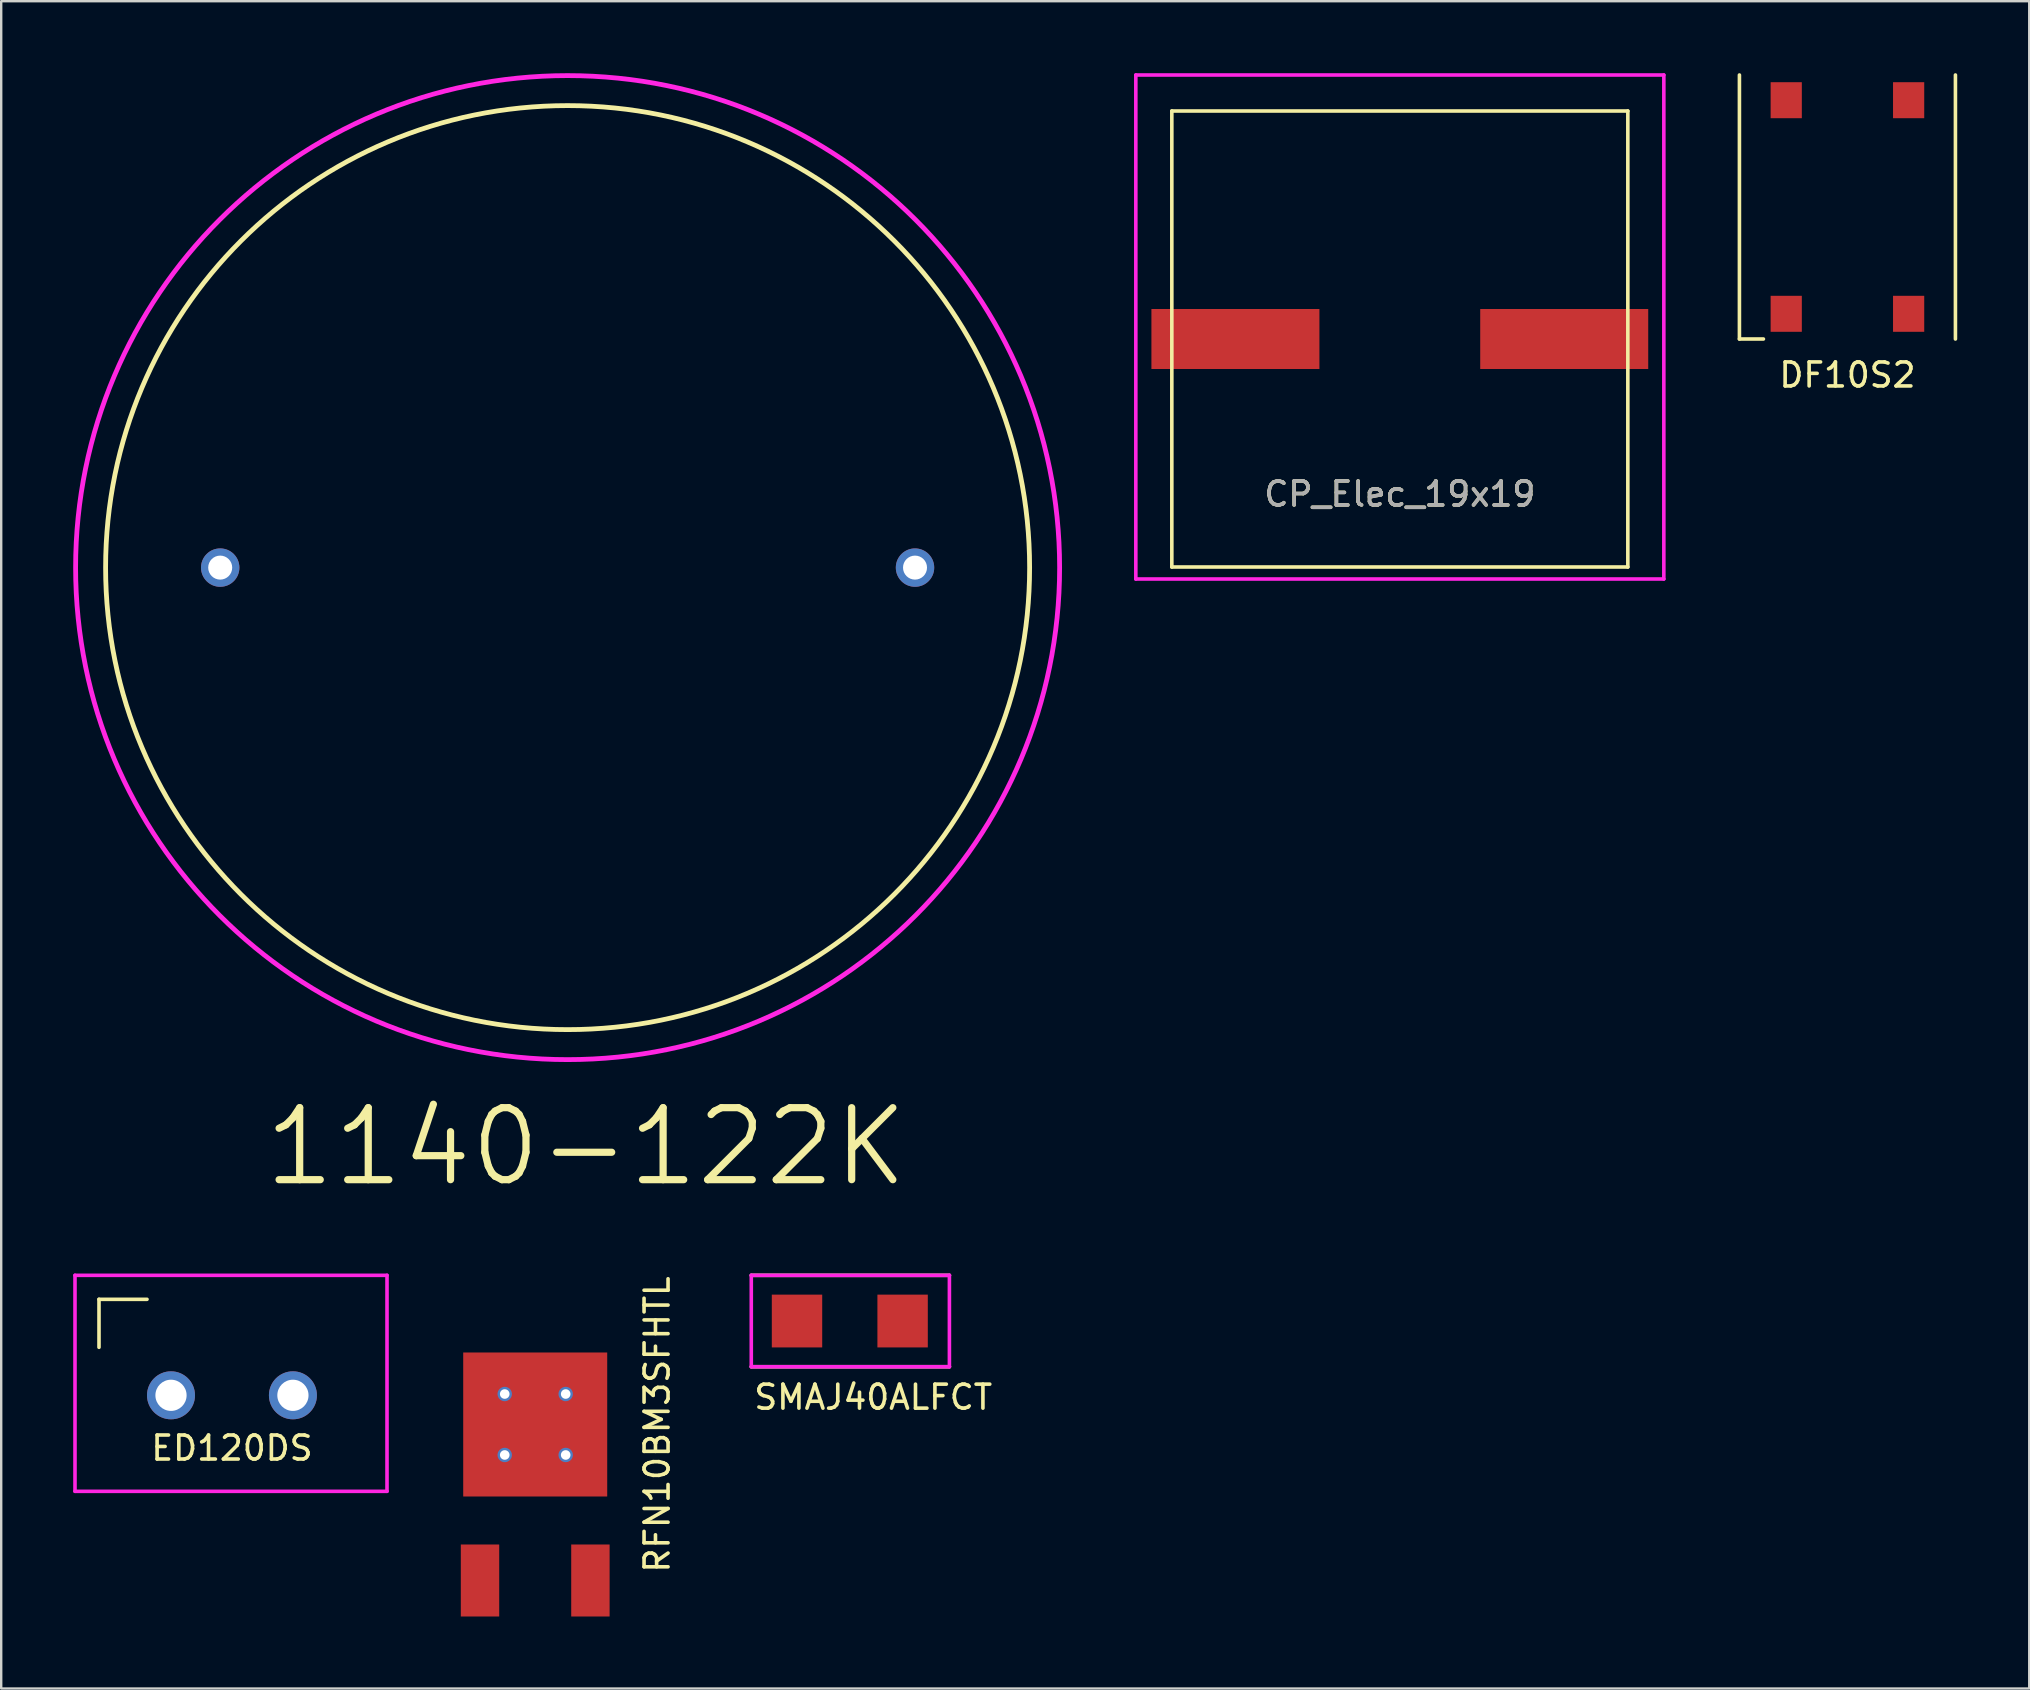
<source format=kicad_pcb>
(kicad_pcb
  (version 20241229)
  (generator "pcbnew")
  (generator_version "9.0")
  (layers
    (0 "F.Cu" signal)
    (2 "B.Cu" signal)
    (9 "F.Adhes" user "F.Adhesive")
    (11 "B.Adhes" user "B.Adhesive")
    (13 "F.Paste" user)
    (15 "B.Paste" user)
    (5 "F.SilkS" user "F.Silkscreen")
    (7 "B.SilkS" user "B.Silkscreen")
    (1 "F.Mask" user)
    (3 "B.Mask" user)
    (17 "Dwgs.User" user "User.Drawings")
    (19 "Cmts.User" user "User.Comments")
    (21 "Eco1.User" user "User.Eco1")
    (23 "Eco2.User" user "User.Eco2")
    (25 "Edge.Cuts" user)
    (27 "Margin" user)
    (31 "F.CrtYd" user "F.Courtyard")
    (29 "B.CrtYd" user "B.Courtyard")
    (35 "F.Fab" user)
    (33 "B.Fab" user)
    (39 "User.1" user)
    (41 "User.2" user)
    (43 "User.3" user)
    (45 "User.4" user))
  (footprint "RFN10BM3SFHTL"
    (layer "F.Cu")
    (at 19.25 56.303)
    (property "Reference" "RFN10BM3SFHTL" (at 5.08 0 270) (layer "F.SilkS") (effects (font (size 1 1) (thickness 0.15))))
    (attr through_hole)
    (pad "1" smd rect (at -2.3 6.5) (size 1.6 3) (layers "F.Cu" "F.Mask" "F.Paste"))
    (pad "1" smd rect (at 2.3 6.5) (size 1.6 3) (layers "F.Cu" "F.Mask" "F.Paste"))
    (pad "2" thru_hole circle (at -1.27 -1.27) (size 0.6 0.6) (drill 0.4) (layers "*.Cu" "*.Mask"))
    (pad "2" thru_hole circle (at -1.27 1.27) (size 0.6 0.6) (drill 0.4) (layers "*.Cu" "*.Mask"))
    (pad "2" smd rect (at 0 0) (size 6 6) (layers "F.Cu" "F.Mask" "F.Paste"))
    (pad "2" thru_hole circle (at 1.27 -1.27) (size 0.6 0.6) (drill 0.4) (layers "*.Cu" "*.Mask"))
    (pad "2" thru_hole circle (at 1.27 1.27) (size 0.6 0.6) (drill 0.4) (layers "*.Cu" "*.Mask")))
  (footprint "DF10S2"
    (layer "F.Cu")
    (at 73.925 5.575)
    (property "Reference" "DF10S2" (at 0 7 0) (layer "F.SilkS") (effects (font (size 1 1) (thickness 0.15))))
    (attr through_hole)
    (fp_line (start -4.5 -5.5) (end -4.5 5.5) (stroke (width 0.15) (type solid)) (layer "F.SilkS"))
    (fp_line (start -3.5 5.5) (end -4.5 5.5) (stroke (width 0.15) (type solid)) (layer "F.SilkS"))
    (fp_line (start 4.5 -5.5) (end 4.5 5.5) (stroke (width 0.15) (type solid)) (layer "F.SilkS"))
    (pad "1" smd rect (at -2.55 4.45) (size 1.3 1.5) (layers "F.Cu" "F.Mask" "F.Paste"))
    (pad "2" smd rect (at 2.55 4.45) (size 1.3 1.5) (layers "F.Cu" "F.Mask" "F.Paste"))
    (pad "3" smd rect (at 2.55 -4.45) (size 1.3 1.5) (layers "F.Cu" "F.Mask" "F.Paste"))
    (pad "4" smd rect (at -2.55 -4.45) (size 1.3 1.5) (layers "F.Cu" "F.Mask" "F.Paste")))
  (footprint "ED120DS"
    (layer "F.Cu")
    (at 4.075 55.087)
    (property "Reference" "ED120DS" (at 2.54 2.2 0) (layer "F.SilkS") (effects (font (size 1 1) (thickness 0.15))))
    (attr through_hole)
    (fp_line (start -3 -4) (end -3 -2) (stroke (width 0.15) (type solid)) (layer "F.SilkS"))
    (fp_line (start -1 -4) (end -3 -4) (stroke (width 0.15) (type solid)) (layer "F.SilkS"))
    (fp_line (start -4 -5) (end 9 -5) (stroke (width 0.15) (type solid)) (layer "F.CrtYd"))
    (fp_line (start -4 4) (end -4 -5) (stroke (width 0.15) (type solid)) (layer "F.CrtYd"))
    (fp_line (start 9 -5) (end 9 4) (stroke (width 0.15) (type solid)) (layer "F.CrtYd"))
    (fp_line (start 9 4) (end -4 4) (stroke (width 0.15) (type solid)) (layer "F.CrtYd"))
    (pad "1" thru_hole circle (at 0 0) (size 2 2) (drill 1.3) (layers "*.Cu" "*.Mask"))
    (pad "2" thru_hole circle (at 5.08 0) (size 2 2) (drill 1.3) (layers "*.Cu" "*.Mask")))
  (footprint "SMAJ40ALFCT"
    (layer "F.Cu")
    (at 30.158 51.992)
    (property "Reference" "SMAJ40ALFCT" (at 3.175 3.175 0) (layer "F.SilkS") (effects (font (size 1 1) (thickness 0.15))))
    (attr through_hole)
    (fp_line (start -1.905 -1.905) (end 6.35 -1.905) (stroke (width 0.15) (type solid)) (layer "F.SilkS"))
    (fp_line (start -1.905 1.905) (end 6.35 1.905) (stroke (width 0.15) (type solid)) (layer "F.SilkS"))
    (fp_line (start -1.905 -1.905) (end -1.905 1.905) (stroke (width 0.15) (type solid)) (layer "F.CrtYd"))
    (fp_line (start -1.905 1.905) (end 6.35 1.905) (stroke (width 0.15) (type solid)) (layer "F.CrtYd"))
    (fp_line (start 6.35 -1.905) (end -1.905 -1.905) (stroke (width 0.15) (type solid)) (layer "F.CrtYd"))
    (fp_line (start 6.35 1.905) (end 6.35 -1.905) (stroke (width 0.15) (type solid)) (layer "F.CrtYd"))
    (pad "1" smd rect (at 0 0) (size 2.1 2.2) (layers "F.Cu" "F.Mask" "F.Paste"))
    (pad "2" smd rect (at 4.4 0) (size 2.1 2.2) (layers "F.Cu" "F.Mask" "F.Paste")))
  (footprint "CP_Elec_19x19"
    (layer "F.Cu")
    (at 55.275 11.075)
    (property "Reference" "CP_Elec_19x19" (at 0 6.46 0) (layer "F.SilkS") (effects (font (size 1 1) (thickness 0.15))))
    (attr smd)
    (fp_line (start -9.5 -9.5) (end -9.5 9.5) (stroke (width 0.15) (type solid)) (layer "F.SilkS"))
    (fp_line (start -9.5 -9.5) (end 9.5 -9.5) (stroke (width 0.15) (type solid)) (layer "F.SilkS"))
    (fp_line (start -9.5 9.5) (end 9.5 9.5) (stroke (width 0.15) (type solid)) (layer "F.SilkS"))
    (fp_line (start 9.5 -9.5) (end 9.5 9.5) (stroke (width 0.15) (type solid)) (layer "F.SilkS"))
    (fp_line (start -11 -11) (end 11 -11) (stroke (width 0.15) (type solid)) (layer "F.CrtYd"))
    (fp_line (start -11 10) (end -11 -11) (stroke (width 0.15) (type solid)) (layer "F.CrtYd"))
    (fp_line (start 11 -11) (end 11 10) (stroke (width 0.15) (type solid)) (layer "F.CrtYd"))
    (fp_line (start 11 10) (end -11 10) (stroke (width 0.15) (type solid)) (layer "F.CrtYd"))
    (fp_text user "${REFERENCE}" (at 0 6.46 0) (layer "F.Fab") (effects (font (size 1 1) (thickness 0.15))))
    (pad "1" smd rect (at -6.85 0 180) (size 7 2.5) (layers "F.Cu" "F.Mask" "F.Paste"))
    (pad "2" smd rect (at 6.85 0 180) (size 7 2.5) (layers "F.Cu" "F.Mask" "F.Paste")))
  (footprint "1140-122K"
    (layer "F.Cu")
    (at 6.125 20.6)
    (property "Reference" "1140-122K" (at 15.24 24.13 0) (layer "F.SilkS") (effects (font (size 3 3) (thickness 0.3))))
    (attr through_hole)
    (fp_circle (center 14.475 0) (end -4.775 0) (stroke (width 0.2) (type solid)) (fill no) (layer "F.SilkS"))
    (fp_circle (center 14.475 0) (end -6.025 0) (stroke (width 0.2) (type solid)) (fill no) (layer "F.CrtYd"))
    (pad "1" thru_hole circle (at 0 0) (size 1.6 1.6) (drill 1) (layers "*.Cu" "*.Mask"))
    (pad "2" thru_hole circle (at 28.95 0) (size 1.6 1.6) (drill 1) (layers "*.Cu" "*.Mask")))
  (gr_rect
    (start -3 -3)
    (end 81.5 67.303)
    (stroke (width 0.1) (type default))
    (fill no)
    (layer "Edge.Cuts")))
</source>
